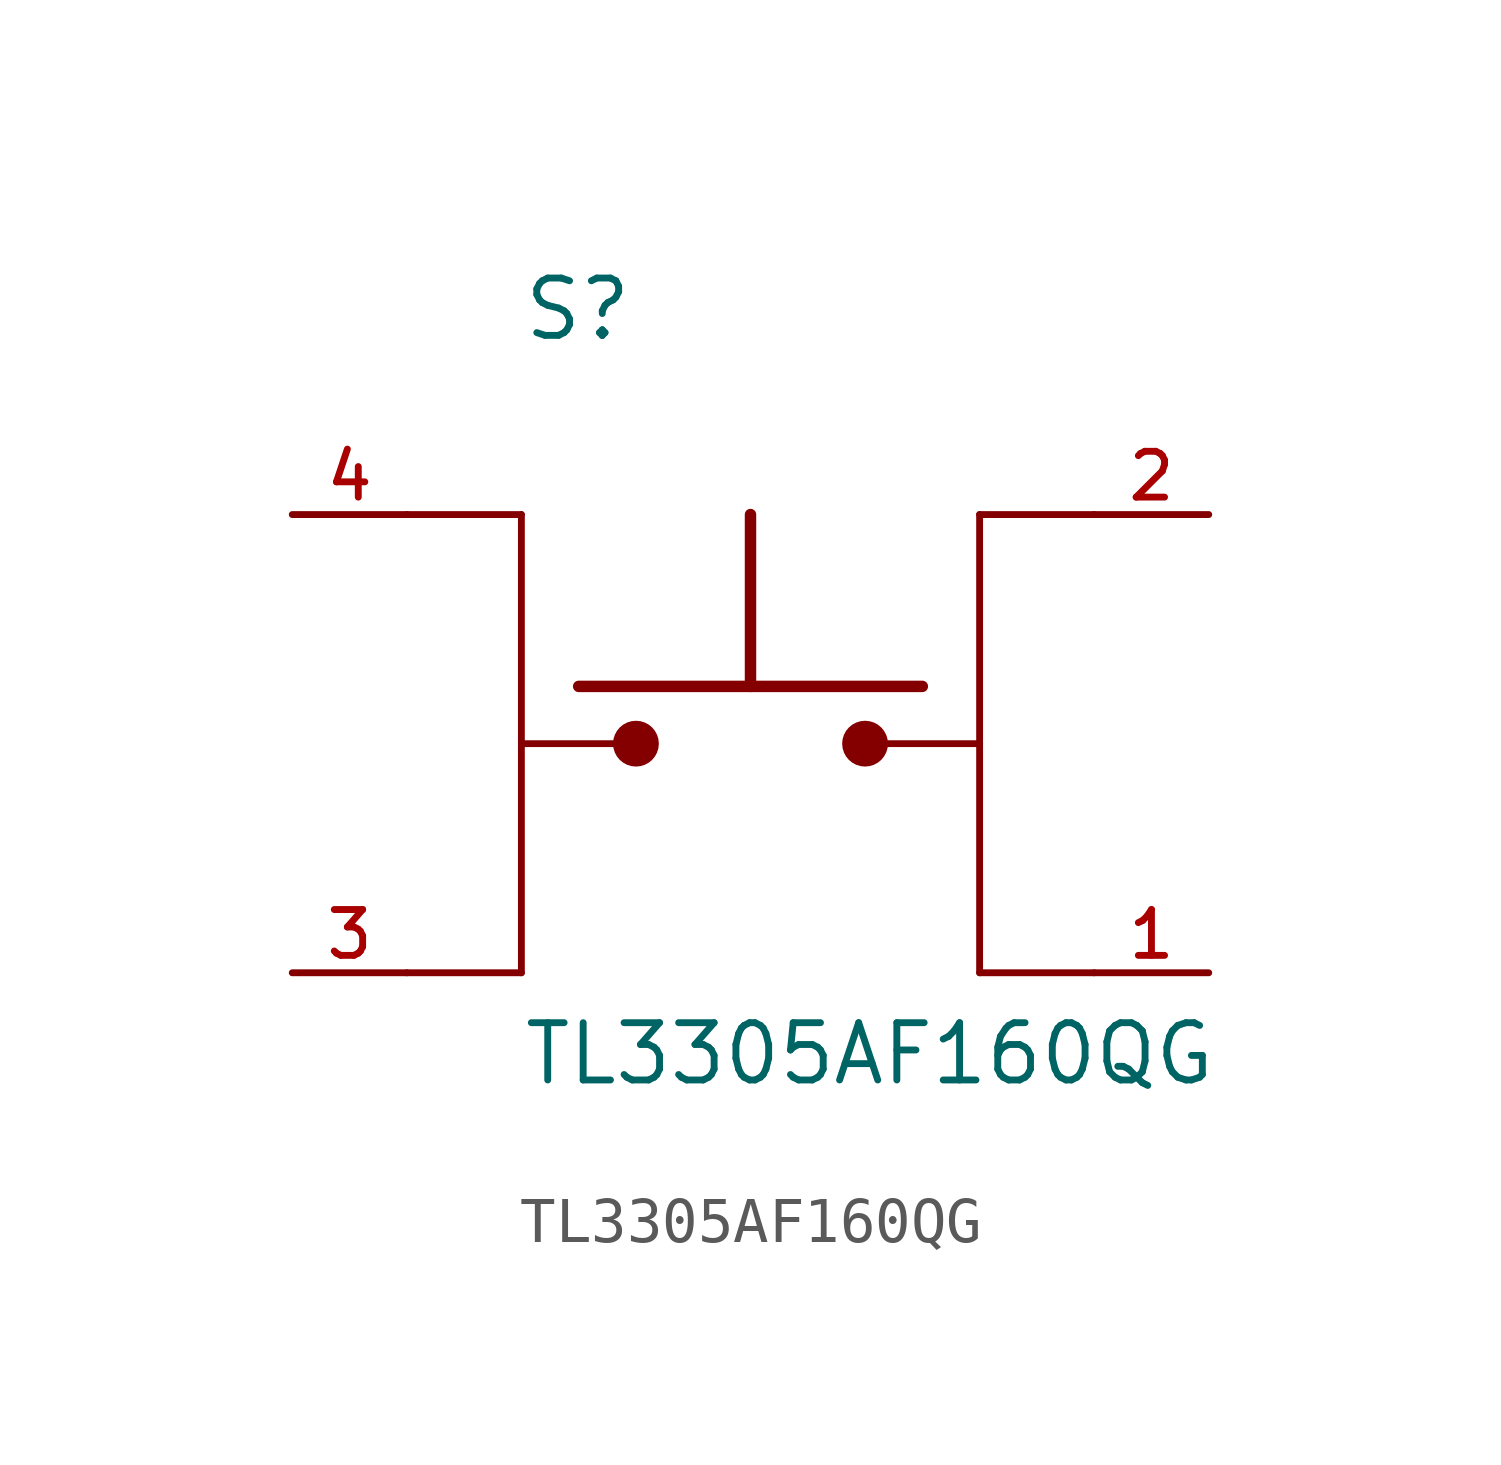
<source format=kicad_sym>
(kicad_symbol_lib
  (version 20220914)
  (generator kicad_symbol_editor)
  (symbol "TL3305AF160QG"
    (pin_names
      (offset 1.016))
    (property "Reference" "S"
      (at -5.08 8.89 0)
      (effects (font (size 1.27 1.27)) (justify left bottom)))
    (property "Value" "TL3305AF160QG"
      (at -5.08 -7.62 0)
      (effects (font (size 1.27 1.27)) (justify left bottom)))
    (symbol "TL3305AF160QG_0_0"
      (circle (center -2.54 0) (radius 0.254) (stroke (width 0.508) (type default)) (fill (type none)))
      (polyline (pts (xy -7.62 -5.08) (xy -5.08 -5.08)) (stroke (width 0.152) (type default)) (fill (type none)))
      (polyline (pts (xy -7.62 5.08) (xy -5.08 5.08)) (stroke (width 0.152) (type default)) (fill (type none)))
      (polyline (pts (xy -5.08 -5.08) (xy -5.08 0)) (stroke (width 0.152) (type default)) (fill (type none)))
      (polyline (pts (xy -5.08 0) (xy -2.54 0)) (stroke (width 0.152) (type default)) (fill (type none)))
      (polyline (pts (xy -5.08 5.08) (xy -5.08 0)) (stroke (width 0.152) (type default)) (fill (type none)))
      (polyline (pts (xy -3.81 1.27) (xy 0 1.27)) (stroke (width 0.254) (type default)) (fill (type none)))
      (polyline (pts (xy 0 1.27) (xy 0 5.08)) (stroke (width 0.254) (type default)) (fill (type none)))
      (polyline (pts (xy 0 1.27) (xy 3.81 1.27)) (stroke (width 0.254) (type default)) (fill (type none)))
      (polyline (pts (xy 5.08 -5.08) (xy 5.08 0)) (stroke (width 0.152) (type default)) (fill (type none)))
      (polyline (pts (xy 5.08 0) (xy 2.54 0)) (stroke (width 0.152) (type default)) (fill (type none)))
      (polyline (pts (xy 5.08 0) (xy 5.08 5.08)) (stroke (width 0.152) (type default)) (fill (type none)))
      (polyline (pts (xy 5.08 5.08) (xy 7.62 5.08)) (stroke (width 0.152) (type default)) (fill (type none)))
      (polyline (pts (xy 7.62 -5.08) (xy 5.08 -5.08)) (stroke (width 0.152) (type default)) (fill (type none)))
      (circle (center 2.54 0) (radius 0.254) (stroke (width 0.508) (type default)) (fill (type none)))
      (pin passive line (at 10.16 -5.08 180) (length 2.54) (name "~" (effects (font (size 1.016 1.016)))) (number "1" (effects (font (size 1.016 1.016)))))
      (pin passive line (at 10.16 5.08 180) (length 2.54) (name "~" (effects (font (size 1.016 1.016)))) (number "2" (effects (font (size 1.016 1.016)))))
      (pin passive line (at -10.16 -5.08 0) (length 2.54) (name "~" (effects (font (size 1.016 1.016)))) (number "3" (effects (font (size 1.016 1.016)))))
      (pin passive line (at -10.16 5.08 0) (length 2.54) (name "~" (effects (font (size 1.016 1.016)))) (number "4" (effects (font (size 1.016 1.016))))))))
</source>
